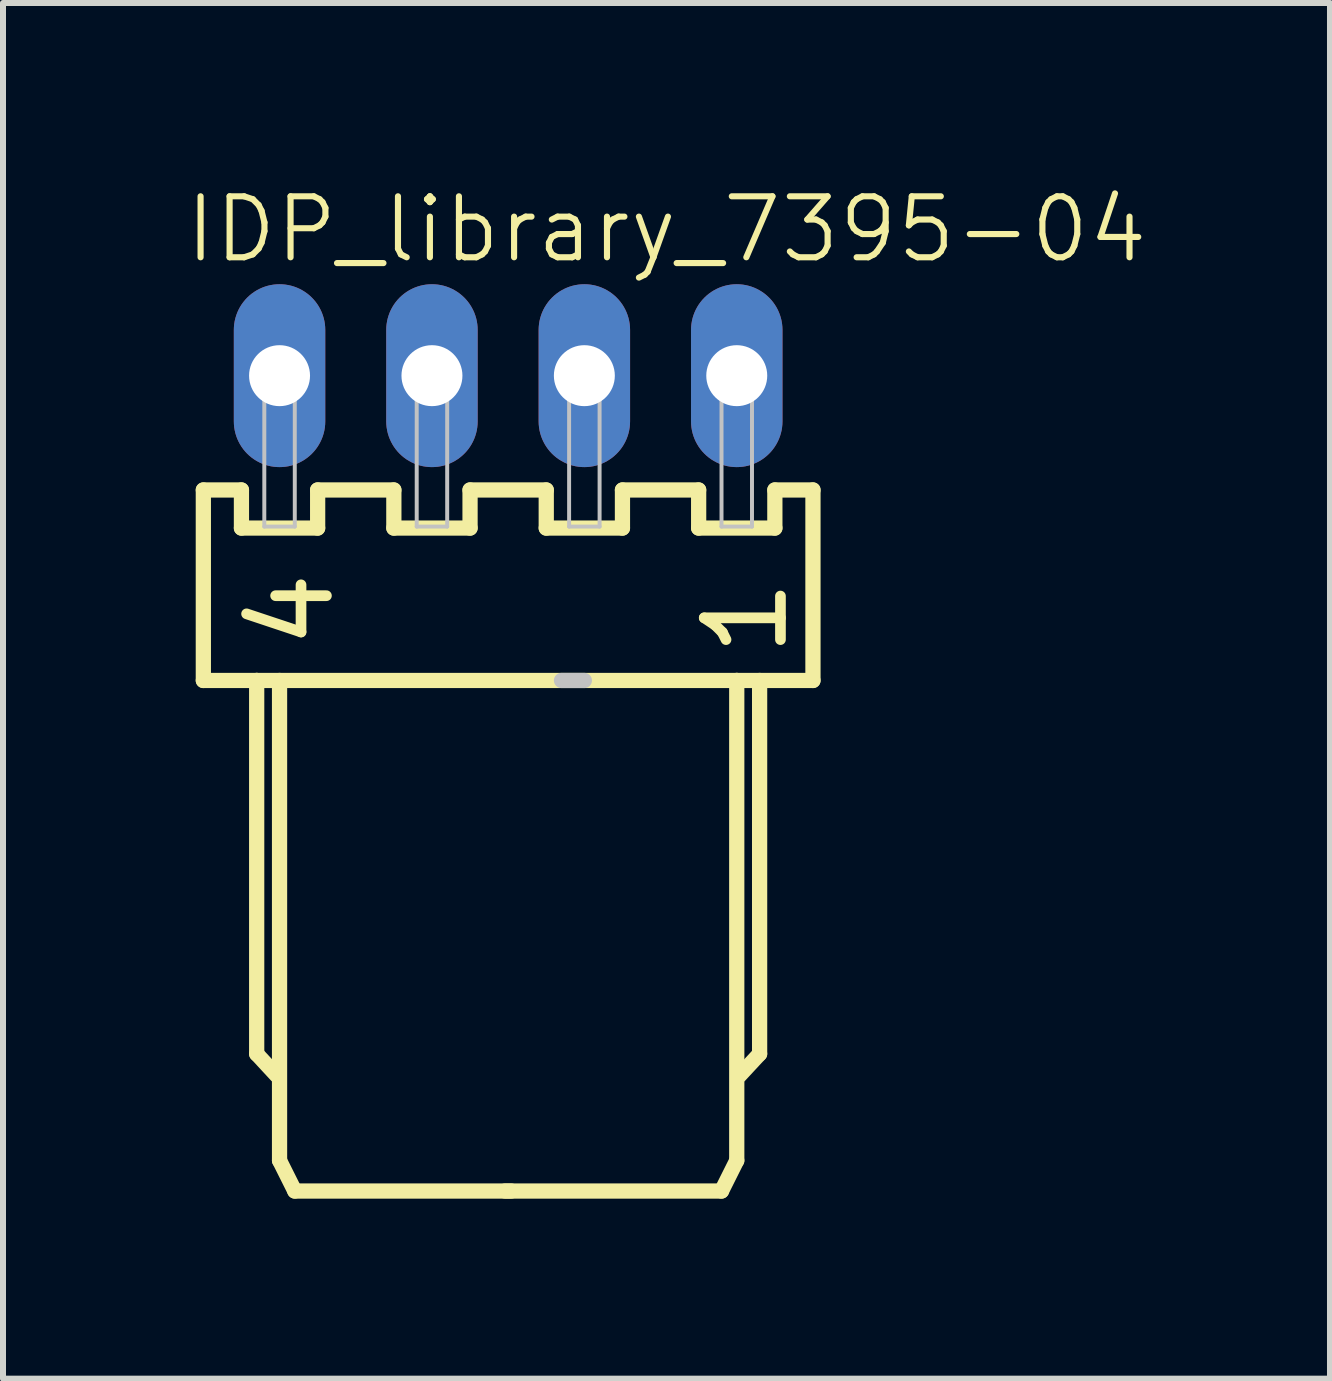
<source format=kicad_pcb>
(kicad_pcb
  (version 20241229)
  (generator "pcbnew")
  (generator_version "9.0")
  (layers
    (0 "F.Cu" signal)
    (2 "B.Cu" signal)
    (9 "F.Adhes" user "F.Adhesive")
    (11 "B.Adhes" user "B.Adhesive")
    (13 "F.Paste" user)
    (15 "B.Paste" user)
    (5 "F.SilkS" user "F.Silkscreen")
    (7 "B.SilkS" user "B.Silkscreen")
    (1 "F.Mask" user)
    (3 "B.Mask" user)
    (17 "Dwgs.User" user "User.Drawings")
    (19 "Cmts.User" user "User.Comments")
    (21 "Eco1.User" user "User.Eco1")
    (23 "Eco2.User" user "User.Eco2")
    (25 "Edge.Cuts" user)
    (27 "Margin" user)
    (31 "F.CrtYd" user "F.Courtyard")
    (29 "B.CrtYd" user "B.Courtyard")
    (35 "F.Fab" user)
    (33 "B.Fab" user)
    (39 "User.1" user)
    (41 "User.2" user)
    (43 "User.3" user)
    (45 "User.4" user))
  (footprint "IDP_library_7395-04"
    (layer "F.Cu")
    (at 5.419 3.211)
    (property "Reference" "IDP_library_7395-04" (at 2.639 -2.438 180) (layer "F.SilkS") (effects (font (size 1.016 1.016) (thickness 0.102))))
    (attr exclude_from_pos_files exclude_from_bom)
    (fp_line (start -5.08 1.905) (end -5.08 5.08) (stroke (width 0.254) (type solid)) (layer "F.SilkS"))
    (fp_line (start -5.08 5.08) (end -4.191 5.08) (stroke (width 0.254) (type solid)) (layer "F.SilkS"))
    (fp_line (start -4.445 1.905) (end -5.08 1.905) (stroke (width 0.254) (type solid)) (layer "F.SilkS"))
    (fp_line (start -4.445 2.54) (end -4.445 1.905) (stroke (width 0.254) (type solid)) (layer "F.SilkS"))
    (fp_line (start -4.191 5.08) (end -4.191 11.303) (stroke (width 0.254) (type solid)) (layer "F.SilkS"))
    (fp_line (start -4.191 5.08) (end 3.81 5.08) (stroke (width 0.254) (type solid)) (layer "F.SilkS"))
    (fp_line (start -4.191 11.303) (end -3.861 11.659) (stroke (width 0.254) (type solid)) (layer "F.SilkS"))
    (fp_line (start -3.81 5.08) (end -3.81 13.081) (stroke (width 0.254) (type solid)) (layer "F.SilkS"))
    (fp_line (start -3.81 13.081) (end -3.556 13.589) (stroke (width 0.254) (type solid)) (layer "F.SilkS"))
    (fp_line (start -3.556 13.589) (end 0.051 13.589) (stroke (width 0.254) (type solid)) (layer "F.SilkS"))
    (fp_line (start -3.175 1.905) (end -3.175 2.54) (stroke (width 0.254) (type solid)) (layer "F.SilkS"))
    (fp_line (start -3.175 2.54) (end -4.445 2.54) (stroke (width 0.254) (type solid)) (layer "F.SilkS"))
    (fp_line (start -1.905 1.905) (end -3.175 1.905) (stroke (width 0.254) (type solid)) (layer "F.SilkS"))
    (fp_line (start -1.905 2.54) (end -1.905 1.905) (stroke (width 0.254) (type solid)) (layer "F.SilkS"))
    (fp_line (start -0.635 1.905) (end -0.635 2.54) (stroke (width 0.254) (type solid)) (layer "F.SilkS"))
    (fp_line (start -0.635 2.54) (end -1.905 2.54) (stroke (width 0.254) (type solid)) (layer "F.SilkS"))
    (fp_line (start 0.635 1.905) (end -0.635 1.905) (stroke (width 0.254) (type solid)) (layer "F.SilkS"))
    (fp_line (start 0.635 2.54) (end 0.635 1.905) (stroke (width 0.254) (type solid)) (layer "F.SilkS"))
    (fp_line (start 1.905 1.905) (end 1.905 2.54) (stroke (width 0.254) (type solid)) (layer "F.SilkS"))
    (fp_line (start 1.905 2.54) (end 0.635 2.54) (stroke (width 0.254) (type solid)) (layer "F.SilkS"))
    (fp_line (start 3.175 1.905) (end 1.905 1.905) (stroke (width 0.254) (type solid)) (layer "F.SilkS"))
    (fp_line (start 3.175 2.54) (end 3.175 1.905) (stroke (width 0.254) (type solid)) (layer "F.SilkS"))
    (fp_line (start 3.556 13.589) (end -0.051 13.589) (stroke (width 0.254) (type solid)) (layer "F.SilkS"))
    (fp_line (start 3.81 5.08) (end 3.81 13.081) (stroke (width 0.254) (type solid)) (layer "F.SilkS"))
    (fp_line (start 3.81 5.08) (end 5.08 5.08) (stroke (width 0.254) (type solid)) (layer "F.SilkS"))
    (fp_line (start 3.81 13.081) (end 3.556 13.589) (stroke (width 0.254) (type solid)) (layer "F.SilkS"))
    (fp_line (start 4.191 5.08) (end 4.191 11.303) (stroke (width 0.254) (type solid)) (layer "F.SilkS"))
    (fp_line (start 4.191 11.303) (end 3.861 11.659) (stroke (width 0.254) (type solid)) (layer "F.SilkS"))
    (fp_line (start 4.445 1.905) (end 4.445 2.54) (stroke (width 0.254) (type solid)) (layer "F.SilkS"))
    (fp_line (start 4.445 2.54) (end 3.175 2.54) (stroke (width 0.254) (type solid)) (layer "F.SilkS"))
    (fp_line (start 5.08 1.905) (end 4.445 1.905) (stroke (width 0.254) (type solid)) (layer "F.SilkS"))
    (fp_line (start 5.08 5.08) (end 5.08 1.905) (stroke (width 0.254) (type solid)) (layer "F.SilkS"))
    (fp_line (start -4.064 -0.254) (end -3.556 -0.254) (stroke (width 0.066) (type solid)) (layer "Dwgs.User"))
    (fp_line (start -4.064 0.254) (end -4.064 -0.254) (stroke (width 0.066) (type solid)) (layer "Dwgs.User"))
    (fp_line (start -4.064 0.254) (end -3.556 0.254) (stroke (width 0.066) (type solid)) (layer "Dwgs.User"))
    (fp_line (start -4.064 0.279) (end -3.556 0.279) (stroke (width 0.066) (type solid)) (layer "Dwgs.User"))
    (fp_line (start -4.064 2.515) (end -4.064 0.279) (stroke (width 0.066) (type solid)) (layer "Dwgs.User"))
    (fp_line (start -4.064 2.515) (end -3.556 2.515) (stroke (width 0.066) (type solid)) (layer "Dwgs.User"))
    (fp_line (start -3.556 0.254) (end -3.556 -0.254) (stroke (width 0.066) (type solid)) (layer "Dwgs.User"))
    (fp_line (start -3.556 2.515) (end -3.556 0.279) (stroke (width 0.066) (type solid)) (layer "Dwgs.User"))
    (fp_line (start -1.524 -0.254) (end -1.016 -0.254) (stroke (width 0.066) (type solid)) (layer "Dwgs.User"))
    (fp_line (start -1.524 0.254) (end -1.524 -0.254) (stroke (width 0.066) (type solid)) (layer "Dwgs.User"))
    (fp_line (start -1.524 0.254) (end -1.016 0.254) (stroke (width 0.066) (type solid)) (layer "Dwgs.User"))
    (fp_line (start -1.524 0.279) (end -1.016 0.279) (stroke (width 0.066) (type solid)) (layer "Dwgs.User"))
    (fp_line (start -1.524 2.515) (end -1.524 0.279) (stroke (width 0.066) (type solid)) (layer "Dwgs.User"))
    (fp_line (start -1.524 2.515) (end -1.016 2.515) (stroke (width 0.066) (type solid)) (layer "Dwgs.User"))
    (fp_line (start -1.016 0.254) (end -1.016 -0.254) (stroke (width 0.066) (type solid)) (layer "Dwgs.User"))
    (fp_line (start -1.016 2.515) (end -1.016 0.279) (stroke (width 0.066) (type solid)) (layer "Dwgs.User"))
    (fp_line (start 1.016 -0.254) (end 1.524 -0.254) (stroke (width 0.066) (type solid)) (layer "Dwgs.User"))
    (fp_line (start 1.016 0.254) (end 1.016 -0.254) (stroke (width 0.066) (type solid)) (layer "Dwgs.User"))
    (fp_line (start 1.016 0.254) (end 1.524 0.254) (stroke (width 0.066) (type solid)) (layer "Dwgs.User"))
    (fp_line (start 1.016 0.279) (end 1.524 0.279) (stroke (width 0.066) (type solid)) (layer "Dwgs.User"))
    (fp_line (start 1.016 2.515) (end 1.016 0.279) (stroke (width 0.066) (type solid)) (layer "Dwgs.User"))
    (fp_line (start 1.016 2.515) (end 1.524 2.515) (stroke (width 0.066) (type solid)) (layer "Dwgs.User"))
    (fp_line (start 1.27 5.08) (end 0.889 5.08) (stroke (width 0.254) (type solid)) (layer "Dwgs.User"))
    (fp_line (start 1.524 0.254) (end 1.524 -0.254) (stroke (width 0.066) (type solid)) (layer "Dwgs.User"))
    (fp_line (start 1.524 2.515) (end 1.524 0.279) (stroke (width 0.066) (type solid)) (layer "Dwgs.User"))
    (fp_line (start 3.556 -0.254) (end 4.064 -0.254) (stroke (width 0.066) (type solid)) (layer "Dwgs.User"))
    (fp_line (start 3.556 0.254) (end 3.556 -0.254) (stroke (width 0.066) (type solid)) (layer "Dwgs.User"))
    (fp_line (start 3.556 0.254) (end 4.064 0.254) (stroke (width 0.066) (type solid)) (layer "Dwgs.User"))
    (fp_line (start 3.556 0.279) (end 4.064 0.279) (stroke (width 0.066) (type solid)) (layer "Dwgs.User"))
    (fp_line (start 3.556 2.515) (end 3.556 0.279) (stroke (width 0.066) (type solid)) (layer "Dwgs.User"))
    (fp_line (start 3.556 2.515) (end 4.064 2.515) (stroke (width 0.066) (type solid)) (layer "Dwgs.User"))
    (fp_line (start 4.064 0.254) (end 4.064 -0.254) (stroke (width 0.066) (type solid)) (layer "Dwgs.User"))
    (fp_line (start 4.064 2.515) (end 4.064 0.279) (stroke (width 0.066) (type solid)) (layer "Dwgs.User"))
    (fp_text user "1" (at 3.96 4.036 270) (layer "F.SilkS") (effects (font (size 1.27 1.27) (thickness 0.178))))
    (fp_text user "4" (at -3.607 3.909 270) (layer "F.SilkS") (effects (font (size 1.27 1.27) (thickness 0.178))))
    (pad "1" thru_hole oval (at 3.81 0 180) (size 1.524 3.048) (drill 1.016) (layers "*.Cu" "*.Paste" "*.Mask"))
    (pad "2" thru_hole oval (at 1.27 0 180) (size 1.524 3.048) (drill 1.016) (layers "*.Cu" "*.Paste" "*.Mask"))
    (pad "3" thru_hole oval (at -1.27 0 180) (size 1.524 3.048) (drill 1.016) (layers "*.Cu" "*.Paste" "*.Mask"))
    (pad "4" thru_hole oval (at -3.81 0 180) (size 1.524 3.048) (drill 1.016) (layers "*.Cu" "*.Paste" "*.Mask")))
  (gr_rect
    (start -3 -3)
    (end 19.116 19.927)
    (stroke (width 0.1) (type default))
    (fill no)
    (layer "Edge.Cuts")))
</source>
